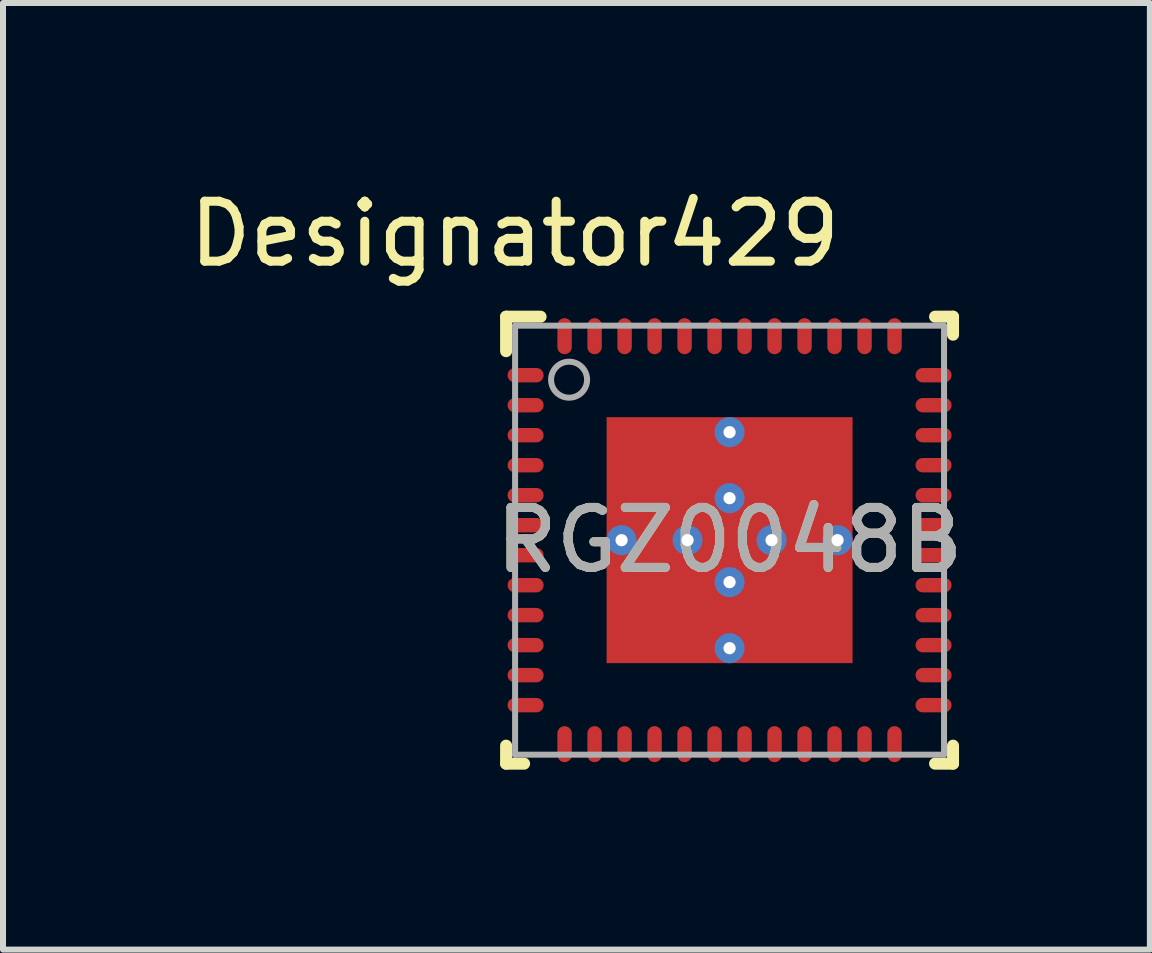
<source format=kicad_pcb>
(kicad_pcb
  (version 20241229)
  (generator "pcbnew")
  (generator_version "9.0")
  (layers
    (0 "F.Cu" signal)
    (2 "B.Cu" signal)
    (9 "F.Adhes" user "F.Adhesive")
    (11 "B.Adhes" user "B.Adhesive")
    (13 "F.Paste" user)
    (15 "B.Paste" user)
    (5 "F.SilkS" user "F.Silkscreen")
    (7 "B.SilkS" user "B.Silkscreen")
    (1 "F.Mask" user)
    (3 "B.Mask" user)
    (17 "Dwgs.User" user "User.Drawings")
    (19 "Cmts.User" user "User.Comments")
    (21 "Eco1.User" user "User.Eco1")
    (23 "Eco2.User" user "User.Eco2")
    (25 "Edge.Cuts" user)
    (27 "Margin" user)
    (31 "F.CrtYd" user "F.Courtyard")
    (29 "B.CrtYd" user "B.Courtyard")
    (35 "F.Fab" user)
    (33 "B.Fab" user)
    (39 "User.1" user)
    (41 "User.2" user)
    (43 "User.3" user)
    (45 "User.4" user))
  (footprint "RGZ0048B"
    (layer "F.Cu")
    (at 9.111 5.954)
    (property "Reference" "RGZ0048B" (at 0 0 0) (unlocked yes) (layer "F.SilkS") (effects (font (size 1 1) (thickness 0.15))))
    (attr smd)
    (fp_line (start -3.725 -3.725) (end -3.15 -3.725) (stroke (width 0.2) (type solid)) (layer "F.SilkS"))
    (fp_line (start -3.725 -3.15) (end -3.725 -3.725) (stroke (width 0.2) (type solid)) (layer "F.SilkS"))
    (fp_line (start -3.725 3.725) (end -3.725 3.425) (stroke (width 0.2) (type solid)) (layer "F.SilkS"))
    (fp_line (start -3.725 3.725) (end -3.425 3.725) (stroke (width 0.2) (type solid)) (layer "F.SilkS"))
    (fp_line (start 3.425 -3.725) (end 3.725 -3.725) (stroke (width 0.2) (type solid)) (layer "F.SilkS"))
    (fp_line (start 3.425 3.725) (end 3.725 3.725) (stroke (width 0.2) (type solid)) (layer "F.SilkS"))
    (fp_line (start 3.725 -3.425) (end 3.725 -3.725) (stroke (width 0.2) (type solid)) (layer "F.SilkS"))
    (fp_line (start 3.725 3.725) (end 3.725 3.425) (stroke (width 0.2) (type solid)) (layer "F.SilkS"))
    (fp_poly (pts (xy -0.1 -1.835) (xy -1.835 -1.835) (xy -1.835 -0.1) (xy -0.1 -0.1)) (stroke (width 0) (type solid)) (fill yes) (layer "F.Paste"))
    (fp_poly (pts (xy -0.1 0.1) (xy -1.835 0.1) (xy -1.835 1.835) (xy -0.1 1.835)) (stroke (width 0) (type solid)) (fill yes) (layer "F.Paste"))
    (fp_poly (pts (xy 0.1 -0.1) (xy 1.835 -0.1) (xy 1.835 -1.835) (xy 0.1 -1.835)) (stroke (width 0) (type solid)) (fill yes) (layer "F.Paste"))
    (fp_poly (pts (xy 0.1 1.835) (xy 1.835 1.835) (xy 1.835 0.1) (xy 0.1 0.1)) (stroke (width 0) (type solid)) (fill yes) (layer "F.Paste"))
    (fp_line (start -3.575 -3.575) (end 3.575 -3.575) (stroke (width 0.1) (type solid)) (layer "F.Fab"))
    (fp_line (start -3.575 3.575) (end -3.575 -3.575) (stroke (width 0.1) (type solid)) (layer "F.Fab"))
    (fp_line (start -3.575 3.575) (end 3.575 3.575) (stroke (width 0.1) (type solid)) (layer "F.Fab"))
    (fp_line (start 3.575 3.575) (end 3.575 -3.575) (stroke (width 0.1) (type solid)) (layer "F.Fab"))
    (fp_circle (center -2.675 -2.675) (end -2.375 -2.675) (stroke (width 0.1) (type solid)) (fill no) (layer "F.Fab"))
    (fp_text user "Designator429" (at -3.581 -5.105 0) (unlocked yes) (layer "F.SilkS") (effects (font (size 1 1) (thickness 0.15))))
    (fp_text user "${REFERENCE}" (at 0 0 0) (unlocked yes) (layer "F.Fab") (effects (font (size 1 1) (thickness 0.15))))
    (pad "1" smd oval (at -3.4 -2.75 90) (size 0.24 0.6) (layers "F.Cu" "F.Mask" "F.Paste"))
    (pad "2" smd oval (at -3.4 -2.25 90) (size 0.24 0.6) (layers "F.Cu" "F.Mask" "F.Paste"))
    (pad "3" smd oval (at -3.4 -1.75 90) (size 0.24 0.6) (layers "F.Cu" "F.Mask" "F.Paste"))
    (pad "4" smd oval (at -3.4 -1.25 90) (size 0.24 0.6) (layers "F.Cu" "F.Mask" "F.Paste"))
    (pad "5" smd oval (at -3.4 -0.75 90) (size 0.24 0.6) (layers "F.Cu" "F.Mask" "F.Paste"))
    (pad "6" smd oval (at -3.4 -0.25 90) (size 0.24 0.6) (layers "F.Cu" "F.Mask" "F.Paste"))
    (pad "7" smd oval (at -3.4 0.25 90) (size 0.24 0.6) (layers "F.Cu" "F.Mask" "F.Paste"))
    (pad "8" smd oval (at -3.4 0.75 90) (size 0.24 0.6) (layers "F.Cu" "F.Mask" "F.Paste"))
    (pad "9" smd oval (at -3.4 1.25 90) (size 0.24 0.6) (layers "F.Cu" "F.Mask" "F.Paste"))
    (pad "10" smd oval (at -3.4 1.75 90) (size 0.24 0.6) (layers "F.Cu" "F.Mask" "F.Paste"))
    (pad "11" smd oval (at -3.4 2.25 90) (size 0.24 0.6) (layers "F.Cu" "F.Mask" "F.Paste"))
    (pad "12" smd oval (at -3.4 2.75 90) (size 0.24 0.6) (layers "F.Cu" "F.Mask" "F.Paste"))
    (pad "13" smd oval (at -2.75 3.4) (size 0.24 0.6) (layers "F.Cu" "F.Mask" "F.Paste"))
    (pad "14" smd oval (at -2.25 3.4) (size 0.24 0.6) (layers "F.Cu" "F.Mask" "F.Paste"))
    (pad "15" smd oval (at -1.75 3.4) (size 0.24 0.6) (layers "F.Cu" "F.Mask" "F.Paste"))
    (pad "16" smd oval (at -1.25 3.4) (size 0.24 0.6) (layers "F.Cu" "F.Mask" "F.Paste"))
    (pad "17" smd oval (at -0.75 3.4) (size 0.24 0.6) (layers "F.Cu" "F.Mask" "F.Paste"))
    (pad "18" smd oval (at -0.25 3.4) (size 0.24 0.6) (layers "F.Cu" "F.Mask" "F.Paste"))
    (pad "19" smd oval (at 0.25 3.4) (size 0.24 0.6) (layers "F.Cu" "F.Mask" "F.Paste"))
    (pad "20" smd oval (at 0.75 3.4) (size 0.24 0.6) (layers "F.Cu" "F.Mask" "F.Paste"))
    (pad "21" smd oval (at 1.25 3.4) (size 0.24 0.6) (layers "F.Cu" "F.Mask" "F.Paste"))
    (pad "22" smd oval (at 1.75 3.4) (size 0.24 0.6) (layers "F.Cu" "F.Mask" "F.Paste"))
    (pad "23" smd oval (at 2.25 3.4) (size 0.24 0.6) (layers "F.Cu" "F.Mask" "F.Paste"))
    (pad "24" smd oval (at 2.75 3.4) (size 0.24 0.6) (layers "F.Cu" "F.Mask" "F.Paste"))
    (pad "25" smd oval (at 3.4 2.75 90) (size 0.24 0.6) (layers "F.Cu" "F.Mask" "F.Paste"))
    (pad "26" smd oval (at 3.4 2.25 90) (size 0.24 0.6) (layers "F.Cu" "F.Mask" "F.Paste"))
    (pad "27" smd oval (at 3.4 1.75 90) (size 0.24 0.6) (layers "F.Cu" "F.Mask" "F.Paste"))
    (pad "28" smd oval (at 3.4 1.25 90) (size 0.24 0.6) (layers "F.Cu" "F.Mask" "F.Paste"))
    (pad "29" smd oval (at 3.4 0.75 90) (size 0.24 0.6) (layers "F.Cu" "F.Mask" "F.Paste"))
    (pad "30" smd oval (at 3.4 0.25 90) (size 0.24 0.6) (layers "F.Cu" "F.Mask" "F.Paste"))
    (pad "31" smd oval (at 3.4 -0.25 90) (size 0.24 0.6) (layers "F.Cu" "F.Mask" "F.Paste"))
    (pad "32" smd oval (at 3.4 -0.75 90) (size 0.24 0.6) (layers "F.Cu" "F.Mask" "F.Paste"))
    (pad "33" smd oval (at 3.4 -1.25 90) (size 0.24 0.6) (layers "F.Cu" "F.Mask" "F.Paste"))
    (pad "34" smd oval (at 3.4 -1.75 90) (size 0.24 0.6) (layers "F.Cu" "F.Mask" "F.Paste"))
    (pad "35" smd oval (at 3.4 -2.25 90) (size 0.24 0.6) (layers "F.Cu" "F.Mask" "F.Paste"))
    (pad "36" smd oval (at 3.4 -2.75 90) (size 0.24 0.6) (layers "F.Cu" "F.Mask" "F.Paste"))
    (pad "37" smd oval (at 2.75 -3.4) (size 0.24 0.6) (layers "F.Cu" "F.Mask" "F.Paste"))
    (pad "38" smd oval (at 2.25 -3.4) (size 0.24 0.6) (layers "F.Cu" "F.Mask" "F.Paste"))
    (pad "39" smd oval (at 1.75 -3.4) (size 0.24 0.6) (layers "F.Cu" "F.Mask" "F.Paste"))
    (pad "40" smd oval (at 1.25 -3.4) (size 0.24 0.6) (layers "F.Cu" "F.Mask" "F.Paste"))
    (pad "41" smd oval (at 0.75 -3.4) (size 0.24 0.6) (layers "F.Cu" "F.Mask" "F.Paste"))
    (pad "42" smd oval (at 0.25 -3.4) (size 0.24 0.6) (layers "F.Cu" "F.Mask" "F.Paste"))
    (pad "43" smd oval (at -0.25 -3.4) (size 0.24 0.6) (layers "F.Cu" "F.Mask" "F.Paste"))
    (pad "44" smd oval (at -0.75 -3.4) (size 0.24 0.6) (layers "F.Cu" "F.Mask" "F.Paste"))
    (pad "45" smd oval (at -1.25 -3.4) (size 0.24 0.6) (layers "F.Cu" "F.Mask" "F.Paste"))
    (pad "46" smd oval (at -1.75 -3.4) (size 0.24 0.6) (layers "F.Cu" "F.Mask" "F.Paste"))
    (pad "47" smd oval (at -2.25 -3.4) (size 0.24 0.6) (layers "F.Cu" "F.Mask" "F.Paste"))
    (pad "48" smd oval (at -2.75 -3.4) (size 0.24 0.6) (layers "F.Cu" "F.Mask" "F.Paste"))
    (pad "49" smd rect (at 0 0) (size 4.1 4.1) (layers "F.Cu" "F.Mask"))
    (pad "V" thru_hole circle (at -1.8 0) (size 0.5 0.5) (drill 0.203) (layers "*.Cu" "*.Mask"))
    (pad "V" thru_hole circle (at -0.7 0) (size 0.5 0.5) (drill 0.203) (layers "*.Cu" "*.Mask"))
    (pad "V" thru_hole circle (at 0 -1.8) (size 0.5 0.5) (drill 0.203) (layers "*.Cu" "*.Mask"))
    (pad "V" thru_hole circle (at 0 -0.7) (size 0.5 0.5) (drill 0.203) (layers "*.Cu" "*.Mask"))
    (pad "V" thru_hole circle (at 0 0.7) (size 0.5 0.5) (drill 0.203) (layers "*.Cu" "*.Mask"))
    (pad "V" thru_hole circle (at 0 1.8) (size 0.5 0.5) (drill 0.203) (layers "*.Cu" "*.Mask"))
    (pad "V" thru_hole circle (at 0.7 0) (size 0.5 0.5) (drill 0.203) (layers "*.Cu" "*.Mask"))
    (pad "V" thru_hole circle (at 1.8 0) (size 0.5 0.5) (drill 0.203) (layers "*.Cu" "*.Mask")))
  (gr_rect
    (start -3 -3)
    (end 16.117 12.779)
    (stroke (width 0.1) (type default))
    (fill no)
    (layer "Edge.Cuts")))
</source>
